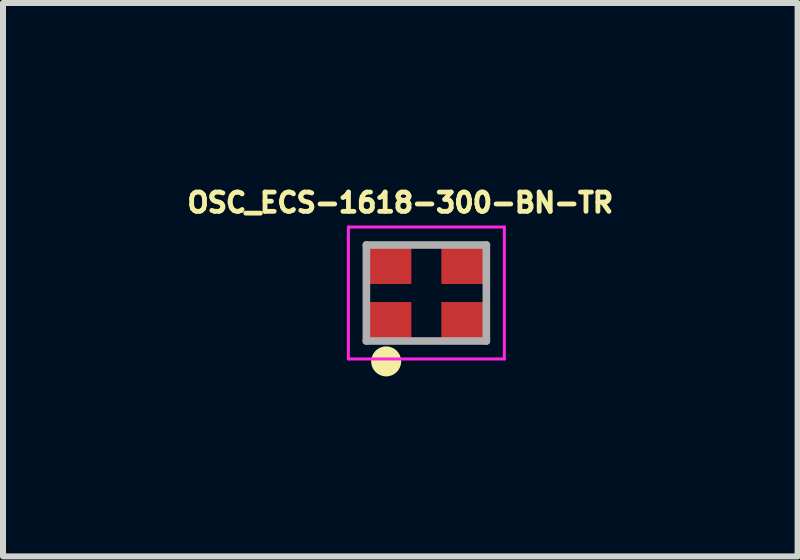
<source format=kicad_pcb>
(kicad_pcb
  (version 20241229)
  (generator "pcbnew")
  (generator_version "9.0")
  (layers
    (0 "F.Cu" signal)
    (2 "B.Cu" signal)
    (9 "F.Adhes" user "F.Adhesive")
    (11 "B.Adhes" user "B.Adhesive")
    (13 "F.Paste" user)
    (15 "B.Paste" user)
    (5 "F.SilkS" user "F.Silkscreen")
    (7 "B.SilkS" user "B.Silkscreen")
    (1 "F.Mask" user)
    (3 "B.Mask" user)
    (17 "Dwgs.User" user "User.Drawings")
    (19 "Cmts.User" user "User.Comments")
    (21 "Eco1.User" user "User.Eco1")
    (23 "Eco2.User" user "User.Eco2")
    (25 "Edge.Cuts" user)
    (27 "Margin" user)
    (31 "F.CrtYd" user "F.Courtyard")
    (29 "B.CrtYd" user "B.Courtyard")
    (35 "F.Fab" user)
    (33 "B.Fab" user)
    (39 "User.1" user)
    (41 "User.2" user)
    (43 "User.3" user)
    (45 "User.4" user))
  (footprint "OSC_ECS-1618-300-BN-TR"
    (layer "F.Cu")
    (at 4.057 1.834)
    (property "Reference" "OSC_ECS-1618-300-BN-TR" (at -0.435 -1.506 0) (layer "F.SilkS") (effects (font (size 0.321 0.321) (thickness 0.15))))
    (attr smd)
    (fp_circle (center -0.67 1.14) (end -0.52 1.14) (stroke (width 0.2) (type solid)) (fill yes) (layer "F.SilkS"))
    (fp_line (start -1.3 -1.1) (end 1.3 -1.1) (stroke (width 0.05) (type solid)) (layer "F.CrtYd"))
    (fp_line (start -1.3 1.1) (end -1.3 -1.1) (stroke (width 0.05) (type solid)) (layer "F.CrtYd"))
    (fp_line (start 1.3 -1.1) (end 1.3 1.1) (stroke (width 0.05) (type solid)) (layer "F.CrtYd"))
    (fp_line (start 1.3 1.1) (end -1.3 1.1) (stroke (width 0.05) (type solid)) (layer "F.CrtYd"))
    (fp_line (start -1 -0.8) (end 1 -0.8) (stroke (width 0.127) (type solid)) (layer "F.Fab"))
    (fp_line (start -1 0.8) (end -1 -0.8) (stroke (width 0.127) (type solid)) (layer "F.Fab"))
    (fp_line (start 1 -0.8) (end 1 0.8) (stroke (width 0.127) (type solid)) (layer "F.Fab"))
    (fp_line (start 1 0.8) (end -1 0.8) (stroke (width 0.127) (type solid)) (layer "F.Fab"))
    (pad "1" smd rect (at -0.65 0.5) (size 0.8 0.7) (layers "F.Cu" "F.Mask" "F.Paste"))
    (pad "2" smd rect (at 0.65 0.5) (size 0.8 0.7) (layers "F.Cu" "F.Mask" "F.Paste"))
    (pad "3" smd rect (at 0.65 -0.5) (size 0.8 0.7) (layers "F.Cu" "F.Mask" "F.Paste"))
    (pad "4" smd rect (at -0.65 -0.5) (size 0.8 0.7) (layers "F.Cu" "F.Mask" "F.Paste")))
  (gr_rect
    (start -3 -3)
    (end 10.245 6.224)
    (stroke (width 0.1) (type default))
    (fill no)
    (layer "Edge.Cuts")))
</source>
